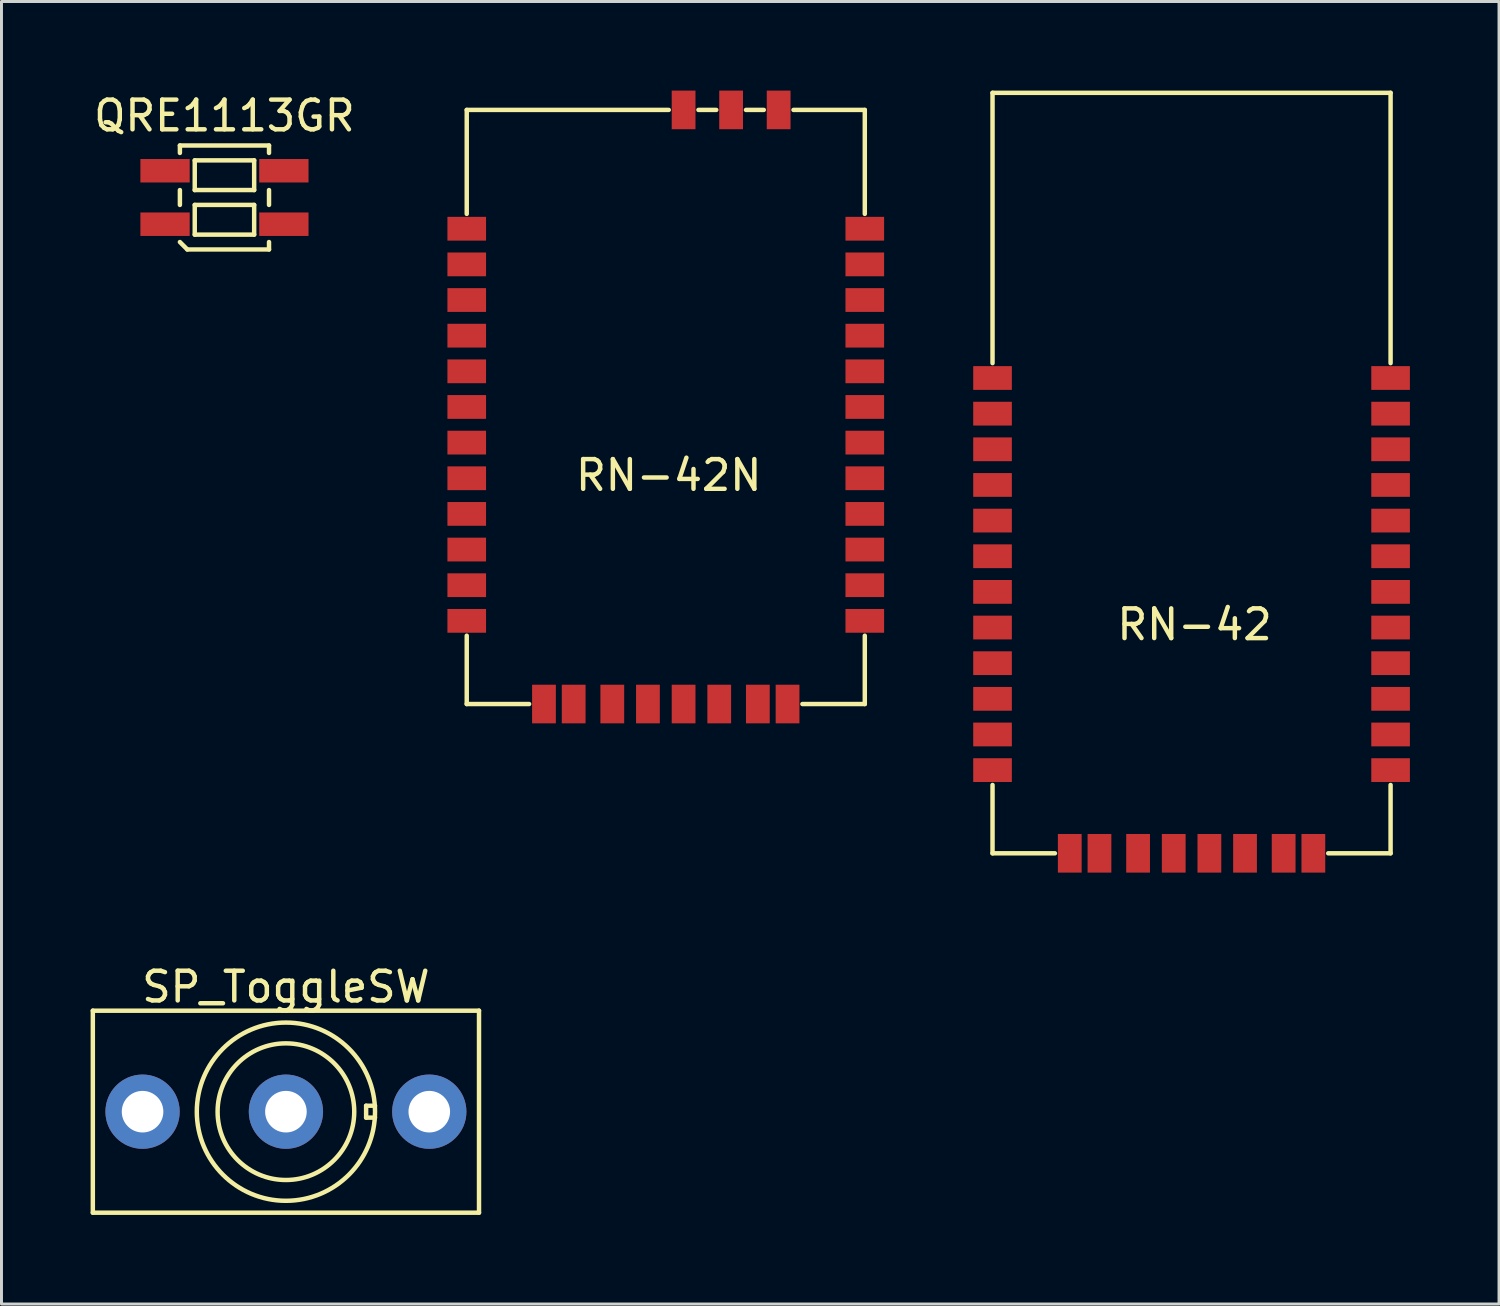
<source format=kicad_pcb>
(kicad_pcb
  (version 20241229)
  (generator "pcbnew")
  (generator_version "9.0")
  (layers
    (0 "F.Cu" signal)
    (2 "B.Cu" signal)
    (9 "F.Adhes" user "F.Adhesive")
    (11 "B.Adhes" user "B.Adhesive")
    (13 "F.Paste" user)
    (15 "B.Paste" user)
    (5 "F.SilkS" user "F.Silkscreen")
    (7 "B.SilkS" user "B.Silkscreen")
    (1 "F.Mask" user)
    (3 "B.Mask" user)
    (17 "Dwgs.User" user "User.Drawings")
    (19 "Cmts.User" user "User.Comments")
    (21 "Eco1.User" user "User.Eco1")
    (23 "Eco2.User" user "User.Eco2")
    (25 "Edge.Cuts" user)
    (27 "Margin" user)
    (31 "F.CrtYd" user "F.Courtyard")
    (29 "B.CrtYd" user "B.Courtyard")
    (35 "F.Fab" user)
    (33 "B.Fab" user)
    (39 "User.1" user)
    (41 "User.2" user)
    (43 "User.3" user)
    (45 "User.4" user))
  (footprint "SP_ToggleSW"
    (layer "F.Cu")
    (at 6.575 34.373)
    (property "Reference" "SP_ToggleSW" (at 0 -4.2 0) (layer "F.SilkS") (effects (font (size 1 1) (thickness 0.15))))
    (attr through_hole)
    (fp_line (start -6.5 -3.4) (end -6.5 3.4) (stroke (width 0.15) (type solid)) (layer "F.SilkS"))
    (fp_line (start -6.5 3.4) (end 6.5 3.4) (stroke (width 0.15) (type solid)) (layer "F.SilkS"))
    (fp_line (start 2.7 -0.2) (end 2.7 0.2) (stroke (width 0.15) (type solid)) (layer "F.SilkS"))
    (fp_line (start 2.7 0.2) (end 3 0.2) (stroke (width 0.15) (type solid)) (layer "F.SilkS"))
    (fp_line (start 3 -0.2) (end 2.7 -0.2) (stroke (width 0.15) (type solid)) (layer "F.SilkS"))
    (fp_line (start 6.5 -3.4) (end -6.5 -3.4) (stroke (width 0.15) (type solid)) (layer "F.SilkS"))
    (fp_line (start 6.5 3.4) (end 6.5 -3.4) (stroke (width 0.15) (type solid)) (layer "F.SilkS"))
    (fp_circle (center 0 0) (end 0 -3) (stroke (width 0.15) (type solid)) (fill no) (layer "F.SilkS"))
    (fp_circle (center 0 0) (end 2.3 0) (stroke (width 0.15) (type solid)) (fill no) (layer "F.SilkS"))
    (pad "1" thru_hole circle (at -4.826 0) (size 2.5 2.5) (drill 1.4) (layers "*.Cu" "*.Mask"))
    (pad "2" thru_hole circle (at 0 0) (size 2.5 2.5) (drill 1.4) (layers "*.Cu" "*.Mask"))
    (pad "3" thru_hole circle (at 4.826 0) (size 2.5 2.5) (drill 1.4) (layers "*.Cu" "*.Mask")))
  (footprint "RN-42"
    (layer "F.Cu")
    (at 37.062 16.275)
    (property "Reference" "RN-42" (at 0.1 1.7 0) (layer "F.SilkS") (effects (font (size 1 1) (thickness 0.15))))
    (attr through_hole)
    (fp_line (start -6.7 -16.2) (end 6.7 -16.2) (stroke (width 0.15) (type solid)) (layer "F.SilkS"))
    (fp_line (start -6.7 -7.1) (end -6.7 -16.2) (stroke (width 0.15) (type solid)) (layer "F.SilkS"))
    (fp_line (start -6.7 7.1) (end -6.7 9.4) (stroke (width 0.15) (type solid)) (layer "F.SilkS"))
    (fp_line (start -6.7 9.4) (end -4.6 9.4) (stroke (width 0.15) (type solid)) (layer "F.SilkS"))
    (fp_line (start 4.6 9.4) (end 6.7 9.4) (stroke (width 0.15) (type solid)) (layer "F.SilkS"))
    (fp_line (start 6.7 -16.2) (end 6.7 -7.1) (stroke (width 0.15) (type solid)) (layer "F.SilkS"))
    (fp_line (start 6.7 9.4) (end 6.7 7.1) (stroke (width 0.15) (type solid)) (layer "F.SilkS"))
    (pad "1" smd rect (at -6.7 -6.6) (size 1.3 0.8) (layers "F.Cu" "F.Mask" "F.Paste"))
    (pad "2" smd rect (at -6.7 -5.4) (size 1.3 0.8) (layers "F.Cu" "F.Mask" "F.Paste"))
    (pad "3" smd rect (at -6.7 -4.2) (size 1.3 0.8) (layers "F.Cu" "F.Mask" "F.Paste"))
    (pad "4" smd rect (at -6.7 -3) (size 1.3 0.8) (layers "F.Cu" "F.Mask" "F.Paste"))
    (pad "5" smd rect (at -6.7 -1.8) (size 1.3 0.8) (layers "F.Cu" "F.Mask" "F.Paste"))
    (pad "6" smd rect (at -6.7 -0.6) (size 1.3 0.8) (layers "F.Cu" "F.Mask" "F.Paste"))
    (pad "7" smd rect (at -6.7 0.6) (size 1.3 0.8) (layers "F.Cu" "F.Mask" "F.Paste"))
    (pad "8" smd rect (at -6.7 1.8) (size 1.3 0.8) (layers "F.Cu" "F.Mask" "F.Paste"))
    (pad "9" smd rect (at -6.7 3) (size 1.3 0.8) (layers "F.Cu" "F.Mask" "F.Paste"))
    (pad "10" smd rect (at -6.7 4.2) (size 1.3 0.8) (layers "F.Cu" "F.Mask" "F.Paste"))
    (pad "11" smd rect (at -6.7 5.4) (size 1.3 0.8) (layers "F.Cu" "F.Mask" "F.Paste"))
    (pad "12" smd rect (at -6.7 6.6) (size 1.3 0.8) (layers "F.Cu" "F.Mask" "F.Paste"))
    (pad "13" smd rect (at 6.7 6.6) (size 1.3 0.8) (layers "F.Cu" "F.Mask" "F.Paste"))
    (pad "14" smd rect (at 6.7 5.4) (size 1.3 0.8) (layers "F.Cu" "F.Mask" "F.Paste"))
    (pad "15" smd rect (at 6.7 4.2) (size 1.3 0.8) (layers "F.Cu" "F.Mask" "F.Paste"))
    (pad "16" smd rect (at 6.7 3) (size 1.3 0.8) (layers "F.Cu" "F.Mask" "F.Paste"))
    (pad "17" smd rect (at 6.7 1.8) (size 1.3 0.8) (layers "F.Cu" "F.Mask" "F.Paste"))
    (pad "18" smd rect (at 6.7 0.6) (size 1.3 0.8) (layers "F.Cu" "F.Mask" "F.Paste"))
    (pad "19" smd rect (at 6.7 -0.6) (size 1.3 0.8) (layers "F.Cu" "F.Mask" "F.Paste"))
    (pad "20" smd rect (at 6.7 -1.8) (size 1.3 0.8) (layers "F.Cu" "F.Mask" "F.Paste"))
    (pad "21" smd rect (at 6.7 -3) (size 1.3 0.8) (layers "F.Cu" "F.Mask" "F.Paste"))
    (pad "22" smd rect (at 6.7 -4.2) (size 1.3 0.8) (layers "F.Cu" "F.Mask" "F.Paste"))
    (pad "23" smd rect (at 6.7 -5.4) (size 1.3 0.8) (layers "F.Cu" "F.Mask" "F.Paste"))
    (pad "24" smd rect (at 6.7 -6.6) (size 1.3 0.8) (layers "F.Cu" "F.Mask" "F.Paste"))
    (pad "28" smd rect (at 3.1 9.4) (size 0.8 1.3) (layers "F.Cu" "F.Mask" "F.Paste"))
    (pad "29" smd rect (at -3.1 9.4) (size 0.8 1.3) (layers "F.Cu" "F.Mask" "F.Paste"))
    (pad "30" smd rect (at 4.1 9.4) (size 0.8 1.3) (layers "F.Cu" "F.Mask" "F.Paste"))
    (pad "31" smd rect (at 1.8 9.4) (size 0.8 1.3) (layers "F.Cu" "F.Mask" "F.Paste"))
    (pad "32" smd rect (at 0.6 9.4) (size 0.8 1.3) (layers "F.Cu" "F.Mask" "F.Paste"))
    (pad "33" smd rect (at -0.6 9.4) (size 0.8 1.3) (layers "F.Cu" "F.Mask" "F.Paste"))
    (pad "34" smd rect (at -1.8 9.4) (size 0.8 1.3) (layers "F.Cu" "F.Mask" "F.Paste"))
    (pad "35" smd rect (at -4.1 9.4) (size 0.8 1.3) (layers "F.Cu" "F.Mask" "F.Paste")))
  (footprint "RN-42N"
    (layer "F.Cu")
    (at 19.362 11.25)
    (property "Reference" "RN-42N" (at 0.1 1.7 0) (layer "F.SilkS") (effects (font (size 1 1) (thickness 0.15))))
    (attr through_hole)
    (fp_line (start -6.7 -7.1) (end -6.7 -10.6) (stroke (width 0.15) (type solid)) (layer "F.SilkS"))
    (fp_line (start -6.7 7.1) (end -6.7 9.4) (stroke (width 0.15) (type solid)) (layer "F.SilkS"))
    (fp_line (start -6.7 9.4) (end -4.6 9.4) (stroke (width 0.15) (type solid)) (layer "F.SilkS"))
    (fp_line (start 0.1 -10.6) (end -6.7 -10.6) (stroke (width 0.15) (type solid)) (layer "F.SilkS"))
    (fp_line (start 1.7 -10.6) (end 1.1 -10.6) (stroke (width 0.15) (type solid)) (layer "F.SilkS"))
    (fp_line (start 3.3 -10.6) (end 2.7 -10.6) (stroke (width 0.15) (type solid)) (layer "F.SilkS"))
    (fp_line (start 4.6 9.4) (end 6.7 9.4) (stroke (width 0.15) (type solid)) (layer "F.SilkS"))
    (fp_line (start 6.7 -10.6) (end 4.3 -10.6) (stroke (width 0.15) (type solid)) (layer "F.SilkS"))
    (fp_line (start 6.7 -7.1) (end 6.7 -10.6) (stroke (width 0.15) (type solid)) (layer "F.SilkS"))
    (fp_line (start 6.7 9.4) (end 6.7 7.1) (stroke (width 0.15) (type solid)) (layer "F.SilkS"))
    (pad "1" smd rect (at -6.7 -6.6) (size 1.3 0.8) (layers "F.Cu" "F.Mask" "F.Paste"))
    (pad "2" smd rect (at -6.7 -5.4) (size 1.3 0.8) (layers "F.Cu" "F.Mask" "F.Paste"))
    (pad "3" smd rect (at -6.7 -4.2) (size 1.3 0.8) (layers "F.Cu" "F.Mask" "F.Paste"))
    (pad "4" smd rect (at -6.7 -3) (size 1.3 0.8) (layers "F.Cu" "F.Mask" "F.Paste"))
    (pad "5" smd rect (at -6.7 -1.8) (size 1.3 0.8) (layers "F.Cu" "F.Mask" "F.Paste"))
    (pad "6" smd rect (at -6.7 -0.6) (size 1.3 0.8) (layers "F.Cu" "F.Mask" "F.Paste"))
    (pad "7" smd rect (at -6.7 0.6) (size 1.3 0.8) (layers "F.Cu" "F.Mask" "F.Paste"))
    (pad "8" smd rect (at -6.7 1.8) (size 1.3 0.8) (layers "F.Cu" "F.Mask" "F.Paste"))
    (pad "9" smd rect (at -6.7 3) (size 1.3 0.8) (layers "F.Cu" "F.Mask" "F.Paste"))
    (pad "10" smd rect (at -6.7 4.2) (size 1.3 0.8) (layers "F.Cu" "F.Mask" "F.Paste"))
    (pad "11" smd rect (at -6.7 5.4) (size 1.3 0.8) (layers "F.Cu" "F.Mask" "F.Paste"))
    (pad "12" smd rect (at -6.7 6.6) (size 1.3 0.8) (layers "F.Cu" "F.Mask" "F.Paste"))
    (pad "13" smd rect (at 6.7 6.6) (size 1.3 0.8) (layers "F.Cu" "F.Mask" "F.Paste"))
    (pad "14" smd rect (at 6.7 5.4) (size 1.3 0.8) (layers "F.Cu" "F.Mask" "F.Paste"))
    (pad "15" smd rect (at 6.7 4.2) (size 1.3 0.8) (layers "F.Cu" "F.Mask" "F.Paste"))
    (pad "16" smd rect (at 6.7 3) (size 1.3 0.8) (layers "F.Cu" "F.Mask" "F.Paste"))
    (pad "17" smd rect (at 6.7 1.8) (size 1.3 0.8) (layers "F.Cu" "F.Mask" "F.Paste"))
    (pad "18" smd rect (at 6.7 0.6) (size 1.3 0.8) (layers "F.Cu" "F.Mask" "F.Paste"))
    (pad "19" smd rect (at 6.7 -0.6) (size 1.3 0.8) (layers "F.Cu" "F.Mask" "F.Paste"))
    (pad "20" smd rect (at 6.7 -1.8) (size 1.3 0.8) (layers "F.Cu" "F.Mask" "F.Paste"))
    (pad "21" smd rect (at 6.7 -3) (size 1.3 0.8) (layers "F.Cu" "F.Mask" "F.Paste"))
    (pad "22" smd rect (at 6.7 -4.2) (size 1.3 0.8) (layers "F.Cu" "F.Mask" "F.Paste"))
    (pad "23" smd rect (at 6.7 -5.4) (size 1.3 0.8) (layers "F.Cu" "F.Mask" "F.Paste"))
    (pad "24" smd rect (at 6.7 -6.6) (size 1.3 0.8) (layers "F.Cu" "F.Mask" "F.Paste"))
    (pad "25" smd rect (at 3.8 -10.6) (size 0.8 1.3) (layers "F.Cu" "F.Mask" "F.Paste"))
    (pad "26" smd rect (at 2.2 -10.6) (size 0.8 1.3) (layers "F.Cu" "F.Mask" "F.Paste"))
    (pad "27" smd rect (at 0.6 -10.6) (size 0.8 1.3) (layers "F.Cu" "F.Mask" "F.Paste"))
    (pad "28" smd rect (at 3.1 9.4) (size 0.8 1.3) (layers "F.Cu" "F.Mask" "F.Paste"))
    (pad "29" smd rect (at -3.1 9.4) (size 0.8 1.3) (layers "F.Cu" "F.Mask" "F.Paste"))
    (pad "30" smd rect (at 4.1 9.4) (size 0.8 1.3) (layers "F.Cu" "F.Mask" "F.Paste"))
    (pad "31" smd rect (at 1.8 9.4) (size 0.8 1.3) (layers "F.Cu" "F.Mask" "F.Paste"))
    (pad "32" smd rect (at 0.6 9.4) (size 0.8 1.3) (layers "F.Cu" "F.Mask" "F.Paste"))
    (pad "33" smd rect (at -0.6 9.4) (size 0.8 1.3) (layers "F.Cu" "F.Mask" "F.Paste"))
    (pad "34" smd rect (at -1.8 9.4) (size 0.8 1.3) (layers "F.Cu" "F.Mask" "F.Paste"))
    (pad "35" smd rect (at -4.1 9.4) (size 0.8 1.3) (layers "F.Cu" "F.Mask" "F.Paste")))
  (footprint "QRE1113GR"
    (layer "F.Cu")
    (at 4.506 3.598)
    (property "Reference" "QRE1113GR" (at 0 -2.75 0) (layer "F.SilkS") (effects (font (size 1 1) (thickness 0.15))))
    (attr through_hole)
    (fp_line (start -1.5 -1.75) (end -1.5 -1.5) (stroke (width 0.15) (type solid)) (layer "F.SilkS"))
    (fp_line (start -1.5 -1.75) (end 1.5 -1.75) (stroke (width 0.15) (type solid)) (layer "F.SilkS"))
    (fp_line (start -1.5 -0.25) (end -1.5 0.25) (stroke (width 0.15) (type solid)) (layer "F.SilkS"))
    (fp_line (start -1.5 1.5) (end -1.25 1.75) (stroke (width 0.15) (type solid)) (layer "F.SilkS"))
    (fp_line (start -1.25 1.75) (end 1.5 1.75) (stroke (width 0.15) (type solid)) (layer "F.SilkS"))
    (fp_line (start -1 -1.25) (end -1 -0.25) (stroke (width 0.15) (type solid)) (layer "F.SilkS"))
    (fp_line (start -1 -0.25) (end 1 -0.25) (stroke (width 0.15) (type solid)) (layer "F.SilkS"))
    (fp_line (start -1 0.25) (end -1 1.25) (stroke (width 0.15) (type solid)) (layer "F.SilkS"))
    (fp_line (start -1 1.25) (end 1 1.25) (stroke (width 0.15) (type solid)) (layer "F.SilkS"))
    (fp_line (start 1 -1.25) (end -1 -1.25) (stroke (width 0.15) (type solid)) (layer "F.SilkS"))
    (fp_line (start 1 -0.25) (end 1 -1.25) (stroke (width 0.15) (type solid)) (layer "F.SilkS"))
    (fp_line (start 1 0.25) (end -1 0.25) (stroke (width 0.15) (type solid)) (layer "F.SilkS"))
    (fp_line (start 1 1.25) (end 1 0.25) (stroke (width 0.15) (type solid)) (layer "F.SilkS"))
    (fp_line (start 1.5 -1.75) (end 1.5 -1.5) (stroke (width 0.15) (type solid)) (layer "F.SilkS"))
    (fp_line (start 1.5 -0.25) (end 1.5 0.25) (stroke (width 0.15) (type solid)) (layer "F.SilkS"))
    (fp_line (start 1.5 1.75) (end 1.5 1.5) (stroke (width 0.15) (type solid)) (layer "F.SilkS"))
    (pad "1" smd rect (at -2 0.9) (size 1.66 0.79) (layers "F.Cu" "F.Mask" "F.Paste"))
    (pad "2" smd rect (at 2 0.9) (size 1.66 0.79) (layers "F.Cu" "F.Mask" "F.Paste"))
    (pad "3" smd rect (at 2 -0.9) (size 1.66 0.79) (layers "F.Cu" "F.Mask" "F.Paste"))
    (pad "4" smd rect (at -2 -0.9) (size 1.66 0.79) (layers "F.Cu" "F.Mask" "F.Paste")))
  (gr_rect
    (start -3 -3)
    (end 47.412 40.848)
    (stroke (width 0.1) (type default))
    (fill no)
    (layer "Edge.Cuts")))
</source>
